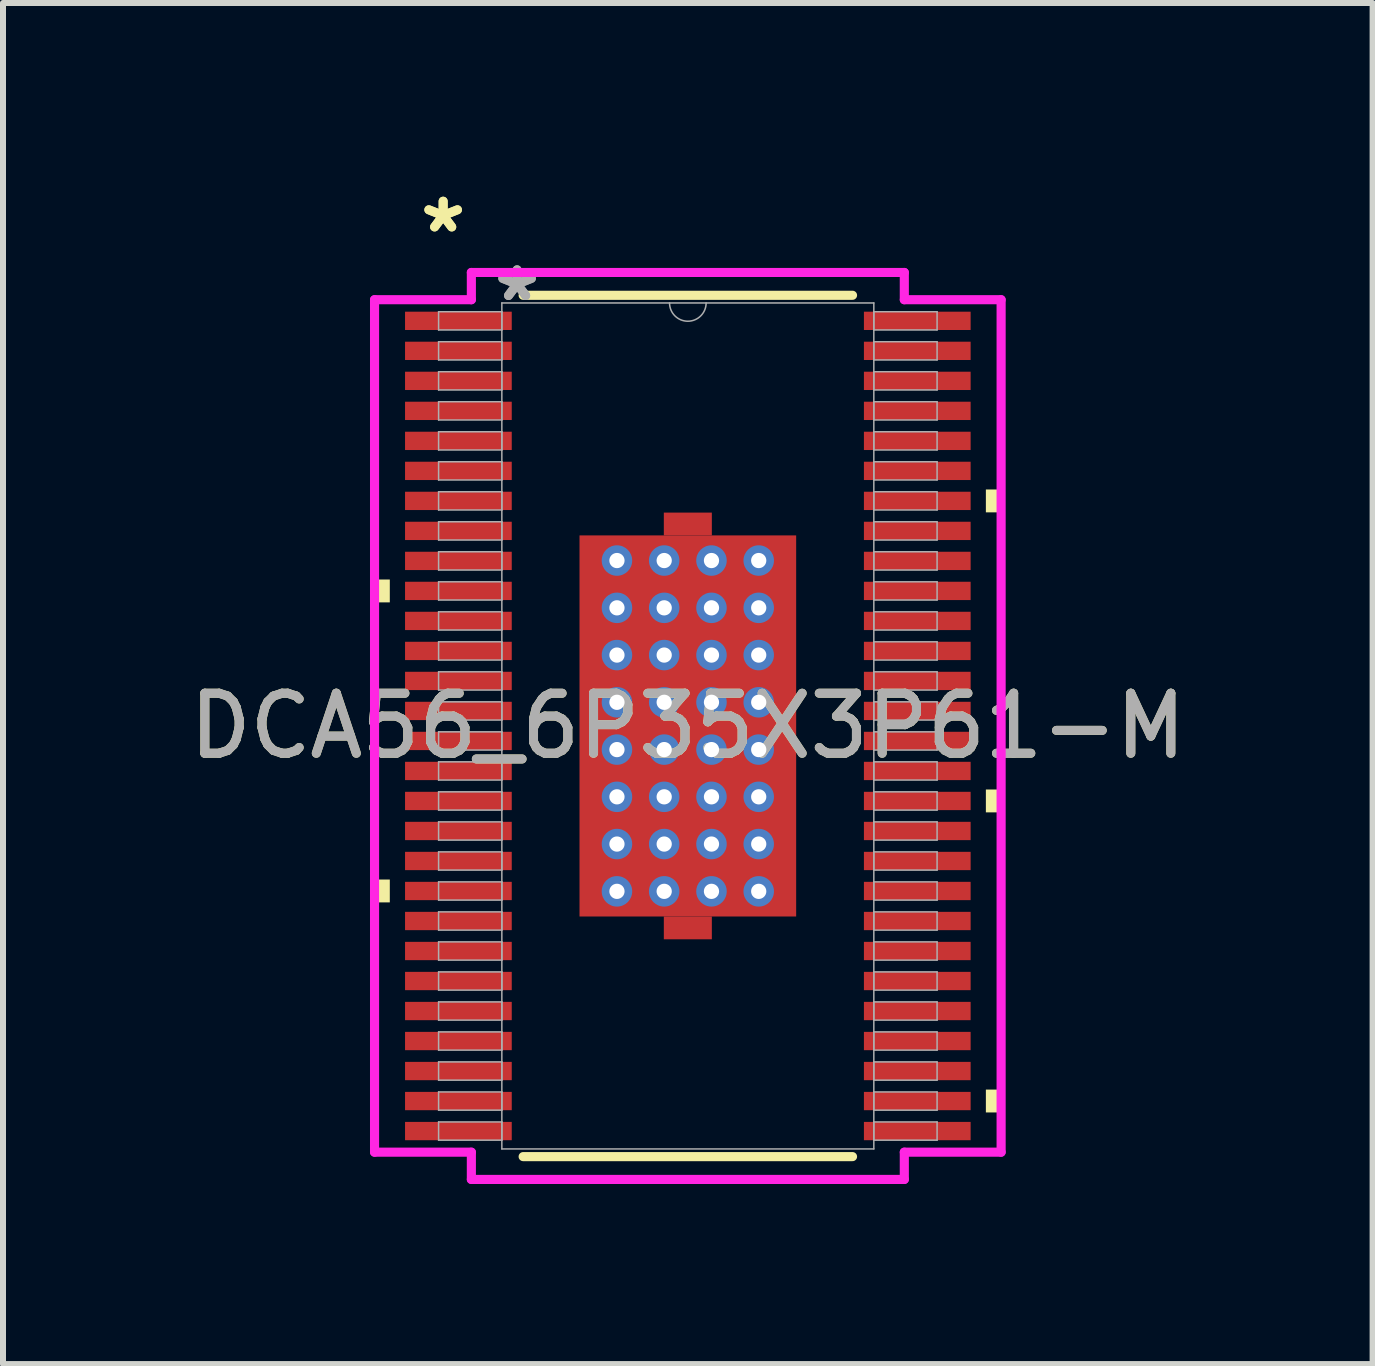
<source format=kicad_pcb>
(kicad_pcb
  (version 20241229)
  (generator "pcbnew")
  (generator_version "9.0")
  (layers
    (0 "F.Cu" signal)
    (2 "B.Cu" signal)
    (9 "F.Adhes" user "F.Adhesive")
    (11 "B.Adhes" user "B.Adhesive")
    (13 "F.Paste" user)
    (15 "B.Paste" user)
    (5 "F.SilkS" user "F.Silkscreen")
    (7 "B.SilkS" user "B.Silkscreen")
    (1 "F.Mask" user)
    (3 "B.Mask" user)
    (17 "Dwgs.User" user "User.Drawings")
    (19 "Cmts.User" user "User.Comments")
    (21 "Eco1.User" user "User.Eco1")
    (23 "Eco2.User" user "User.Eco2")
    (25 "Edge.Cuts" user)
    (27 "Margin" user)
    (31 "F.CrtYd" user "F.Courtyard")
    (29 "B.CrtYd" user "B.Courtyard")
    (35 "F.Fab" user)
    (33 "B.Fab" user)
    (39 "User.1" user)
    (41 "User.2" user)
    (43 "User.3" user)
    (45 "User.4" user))
  (footprint "DCA56_6P35X3P61-M"
    (layer "F.Cu")
    (at 8.411 9.046)
    (property "Reference" "DCA56_6P35X3P61-M" (at 0 0 0) (unlocked yes) (layer "F.SilkS") (effects (font (size 1 1) (thickness 0.15))))
    (attr smd)
    (fp_poly (pts (xy -0.4 -3.175) (xy -0.4 -3.555) (xy 0.4 -3.555) (xy 0.4 -3.175)) (stroke (width 0) (type solid)) (fill yes) (layer "F.Cu"))
    (fp_poly (pts (xy -0.4 3.175) (xy -0.4 3.555) (xy 0.4 3.555) (xy 0.4 3.175)) (stroke (width 0) (type solid)) (fill yes) (layer "F.Cu"))
    (fp_poly (pts (xy -1.869 -3.239) (xy -1.381 -3.239) (xy -1.381 3.239) (xy -1.869 3.239)) (stroke (width 0) (type solid)) (fill yes) (layer "F.Mask"))
    (fp_poly (pts (xy -1.869 -3.239) (xy 1.869 -3.239) (xy 1.869 -2.956) (xy -1.869 -2.956)) (stroke (width 0) (type solid)) (fill yes) (layer "F.Mask"))
    (fp_poly (pts (xy -1.869 -2.556) (xy 1.869 -2.556) (xy 1.869 -2.168) (xy -1.869 -2.168)) (stroke (width 0) (type solid)) (fill yes) (layer "F.Mask"))
    (fp_poly (pts (xy -1.869 -1.768) (xy 1.869 -1.768) (xy 1.869 -1.381) (xy -1.869 -1.381)) (stroke (width 0) (type solid)) (fill yes) (layer "F.Mask"))
    (fp_poly (pts (xy -1.869 -0.981) (xy 1.869 -0.981) (xy 1.869 -0.594) (xy -1.869 -0.594)) (stroke (width 0) (type solid)) (fill yes) (layer "F.Mask"))
    (fp_poly (pts (xy -1.869 -0.194) (xy 1.869 -0.194) (xy 1.869 0.194) (xy -1.869 0.194)) (stroke (width 0) (type solid)) (fill yes) (layer "F.Mask"))
    (fp_poly (pts (xy -1.869 0.594) (xy 1.869 0.594) (xy 1.869 0.981) (xy -1.869 0.981)) (stroke (width 0) (type solid)) (fill yes) (layer "F.Mask"))
    (fp_poly (pts (xy -1.869 1.381) (xy 1.869 1.381) (xy 1.869 1.768) (xy -1.869 1.768)) (stroke (width 0) (type solid)) (fill yes) (layer "F.Mask"))
    (fp_poly (pts (xy -1.869 2.168) (xy 1.869 2.168) (xy 1.869 2.556) (xy -1.869 2.556)) (stroke (width 0) (type solid)) (fill yes) (layer "F.Mask"))
    (fp_poly (pts (xy -1.869 2.956) (xy 1.869 2.956) (xy 1.869 3.239) (xy -1.869 3.239)) (stroke (width 0) (type solid)) (fill yes) (layer "F.Mask"))
    (fp_poly (pts (xy -0.594 -3.239) (xy -0.981 -3.239) (xy -0.981 3.239) (xy -0.594 3.239)) (stroke (width 0) (type solid)) (fill yes) (layer "F.Mask"))
    (fp_poly (pts (xy -0.4 -3.175) (xy -0.4 -3.555) (xy 0.4 -3.555) (xy 0.4 -3.175)) (stroke (width 0) (type solid)) (fill yes) (layer "F.Mask"))
    (fp_poly (pts (xy -0.4 3.175) (xy -0.4 3.555) (xy 0.4 3.555) (xy 0.4 3.175)) (stroke (width 0) (type solid)) (fill yes) (layer "F.Mask"))
    (fp_poly (pts (xy 0.194 -3.239) (xy -0.194 -3.239) (xy -0.194 3.239) (xy 0.194 3.239)) (stroke (width 0) (type solid)) (fill yes) (layer "F.Mask"))
    (fp_poly (pts (xy 0.981 -3.239) (xy 0.594 -3.239) (xy 0.594 3.239) (xy 0.981 3.239)) (stroke (width 0) (type solid)) (fill yes) (layer "F.Mask"))
    (fp_poly (pts (xy 1.381 -3.239) (xy 1.869 -3.239) (xy 1.869 3.239) (xy 1.381 3.239)) (stroke (width 0) (type solid)) (fill yes) (layer "F.Mask"))
    (fp_line (start -2.744 7.176) (end 2.744 7.176) (stroke (width 0.152) (type solid)) (layer "F.SilkS"))
    (fp_line (start 2.744 -7.176) (end -2.744 -7.176) (stroke (width 0.152) (type solid)) (layer "F.SilkS"))
    (fp_poly (pts (xy -5.22 -2.44) (xy -5.22 -2.059) (xy -4.966 -2.059) (xy -4.966 -2.44)) (stroke (width 0) (type solid)) (fill yes) (layer "F.SilkS"))
    (fp_poly (pts (xy -5.22 2.559) (xy -5.22 2.94) (xy -4.966 2.94) (xy -4.966 2.559)) (stroke (width 0) (type solid)) (fill yes) (layer "F.SilkS"))
    (fp_poly (pts (xy 5.22 -3.94) (xy 5.22 -3.559) (xy 4.966 -3.559) (xy 4.966 -3.94)) (stroke (width 0) (type solid)) (fill yes) (layer "F.SilkS"))
    (fp_poly (pts (xy 5.22 1.059) (xy 5.22 1.44) (xy 4.966 1.44) (xy 4.966 1.059)) (stroke (width 0) (type solid)) (fill yes) (layer "F.SilkS"))
    (fp_poly (pts (xy 5.22 6.059) (xy 5.22 6.44) (xy 4.966 6.44) (xy 4.966 6.059)) (stroke (width 0) (type solid)) (fill yes) (layer "F.SilkS"))
    (fp_poly (pts (xy -1.73 -3.1) (xy -1.73 -2.856) (xy -1.423 -2.856) (xy -1.281 -2.997) (xy -1.281 -3.1)) (stroke (width 0) (type solid)) (fill yes) (layer "F.Paste"))
    (fp_poly (pts (xy -1.73 2.856) (xy -1.73 3.1) (xy -1.281 3.1) (xy -1.281 2.997) (xy -1.423 2.856)) (stroke (width 0) (type solid)) (fill yes) (layer "F.Paste"))
    (fp_poly (pts (xy 1.281 -3.1) (xy 1.281 -2.997) (xy 1.423 -2.856) (xy 1.73 -2.856) (xy 1.73 -3.1)) (stroke (width 0) (type solid)) (fill yes) (layer "F.Paste"))
    (fp_poly (pts (xy 1.423 2.856) (xy 1.281 2.997) (xy 1.281 3.1) (xy 1.73 3.1) (xy 1.73 2.856)) (stroke (width 0) (type solid)) (fill yes) (layer "F.Paste"))
    (fp_poly (pts (xy -1.73 -2.656) (xy -1.73 -2.068) (xy -1.423 -2.068) (xy -1.281 -2.21) (xy -1.281 -2.514) (xy -1.423 -2.656)) (stroke (width 0) (type solid)) (fill yes) (layer "F.Paste"))
    (fp_poly (pts (xy -1.73 -1.869) (xy -1.73 -1.281) (xy -1.423 -1.281) (xy -1.281 -1.423) (xy -1.281 -1.727) (xy -1.423 -1.869)) (stroke (width 0) (type solid)) (fill yes) (layer "F.Paste"))
    (fp_poly (pts (xy -1.73 -1.081) (xy -1.73 -0.494) (xy -1.423 -0.494) (xy -1.281 -0.635) (xy -1.281 -0.94) (xy -1.423 -1.081)) (stroke (width 0) (type solid)) (fill yes) (layer "F.Paste"))
    (fp_poly (pts (xy -1.73 -0.294) (xy -1.73 0.294) (xy -1.423 0.294) (xy -1.281 0.152) (xy -1.281 -0.152) (xy -1.423 -0.294)) (stroke (width 0) (type solid)) (fill yes) (layer "F.Paste"))
    (fp_poly (pts (xy -1.73 0.494) (xy -1.73 1.081) (xy -1.423 1.081) (xy -1.281 0.94) (xy -1.281 0.635) (xy -1.423 0.494)) (stroke (width 0) (type solid)) (fill yes) (layer "F.Paste"))
    (fp_poly (pts (xy -1.73 1.281) (xy -1.73 1.869) (xy -1.423 1.869) (xy -1.281 1.727) (xy -1.281 1.423) (xy -1.423 1.281)) (stroke (width 0) (type solid)) (fill yes) (layer "F.Paste"))
    (fp_poly (pts (xy -1.73 2.068) (xy -1.73 2.656) (xy -1.423 2.656) (xy -1.281 2.514) (xy -1.281 2.21) (xy -1.423 2.068)) (stroke (width 0) (type solid)) (fill yes) (layer "F.Paste"))
    (fp_poly (pts (xy -1.081 -3.1) (xy -1.081 -2.997) (xy -0.94 -2.856) (xy -0.635 -2.856) (xy -0.494 -2.997) (xy -0.494 -3.1)) (stroke (width 0) (type solid)) (fill yes) (layer "F.Paste"))
    (fp_poly (pts (xy -0.94 2.856) (xy -1.081 2.997) (xy -1.081 3.1) (xy -0.494 3.1) (xy -0.494 2.997) (xy -0.635 2.856)) (stroke (width 0) (type solid)) (fill yes) (layer "F.Paste"))
    (fp_poly (pts (xy -0.294 -3.1) (xy -0.294 -2.997) (xy -0.152 -2.856) (xy 0.152 -2.856) (xy 0.294 -2.997) (xy 0.294 -3.1)) (stroke (width 0) (type solid)) (fill yes) (layer "F.Paste"))
    (fp_poly (pts (xy -0.152 2.856) (xy -0.294 2.997) (xy -0.294 3.1) (xy 0.294 3.1) (xy 0.294 2.997) (xy 0.152 2.856)) (stroke (width 0) (type solid)) (fill yes) (layer "F.Paste"))
    (fp_poly (pts (xy 0.494 -3.1) (xy 0.494 -2.997) (xy 0.635 -2.856) (xy 0.94 -2.856) (xy 1.081 -2.997) (xy 1.081 -3.1)) (stroke (width 0) (type solid)) (fill yes) (layer "F.Paste"))
    (fp_poly (pts (xy 0.635 2.856) (xy 0.494 2.997) (xy 0.494 3.1) (xy 1.081 3.1) (xy 1.081 2.997) (xy 0.94 2.856)) (stroke (width 0) (type solid)) (fill yes) (layer "F.Paste"))
    (fp_poly (pts (xy 1.423 -2.656) (xy 1.281 -2.514) (xy 1.281 -2.21) (xy 1.423 -2.068) (xy 1.73 -2.068) (xy 1.73 -2.656)) (stroke (width 0) (type solid)) (fill yes) (layer "F.Paste"))
    (fp_poly (pts (xy 1.423 -1.869) (xy 1.281 -1.727) (xy 1.281 -1.423) (xy 1.423 -1.281) (xy 1.73 -1.281) (xy 1.73 -1.869)) (stroke (width 0) (type solid)) (fill yes) (layer "F.Paste"))
    (fp_poly (pts (xy 1.423 -1.081) (xy 1.281 -0.94) (xy 1.281 -0.635) (xy 1.423 -0.494) (xy 1.73 -0.494) (xy 1.73 -1.081)) (stroke (width 0) (type solid)) (fill yes) (layer "F.Paste"))
    (fp_poly (pts (xy 1.423 -0.294) (xy 1.281 -0.152) (xy 1.281 0.152) (xy 1.423 0.294) (xy 1.73 0.294) (xy 1.73 -0.294)) (stroke (width 0) (type solid)) (fill yes) (layer "F.Paste"))
    (fp_poly (pts (xy 1.423 0.494) (xy 1.281 0.635) (xy 1.281 0.94) (xy 1.423 1.081) (xy 1.73 1.081) (xy 1.73 0.494)) (stroke (width 0) (type solid)) (fill yes) (layer "F.Paste"))
    (fp_poly (pts (xy 1.423 1.281) (xy 1.281 1.423) (xy 1.281 1.727) (xy 1.423 1.869) (xy 1.73 1.869) (xy 1.73 1.281)) (stroke (width 0) (type solid)) (fill yes) (layer "F.Paste"))
    (fp_poly (pts (xy 1.423 2.068) (xy 1.281 2.21) (xy 1.281 2.514) (xy 1.423 2.656) (xy 1.73 2.656) (xy 1.73 2.068)) (stroke (width 0) (type solid)) (fill yes) (layer "F.Paste"))
    (fp_poly (pts (xy -0.94 -2.656) (xy -1.081 -2.514) (xy -1.081 -2.21) (xy -0.94 -2.068) (xy -0.635 -2.068) (xy -0.494 -2.21) (xy -0.494 -2.514) (xy -0.635 -2.656)) (stroke (width 0) (type solid)) (fill yes) (layer "F.Paste"))
    (fp_poly (pts (xy -0.94 -1.869) (xy -1.081 -1.727) (xy -1.081 -1.423) (xy -0.94 -1.281) (xy -0.635 -1.281) (xy -0.494 -1.423) (xy -0.494 -1.727) (xy -0.635 -1.869)) (stroke (width 0) (type solid)) (fill yes) (layer "F.Paste"))
    (fp_poly (pts (xy -0.94 -1.081) (xy -1.081 -0.94) (xy -1.081 -0.635) (xy -0.94 -0.494) (xy -0.635 -0.494) (xy -0.494 -0.635) (xy -0.494 -0.94) (xy -0.635 -1.081)) (stroke (width 0) (type solid)) (fill yes) (layer "F.Paste"))
    (fp_poly (pts (xy -0.94 -0.294) (xy -1.081 -0.152) (xy -1.081 0.152) (xy -0.94 0.294) (xy -0.635 0.294) (xy -0.494 0.152) (xy -0.494 -0.152) (xy -0.635 -0.294)) (stroke (width 0) (type solid)) (fill yes) (layer "F.Paste"))
    (fp_poly (pts (xy -0.94 0.494) (xy -1.081 0.635) (xy -1.081 0.94) (xy -0.94 1.081) (xy -0.635 1.081) (xy -0.494 0.94) (xy -0.494 0.635) (xy -0.635 0.494)) (stroke (width 0) (type solid)) (fill yes) (layer "F.Paste"))
    (fp_poly (pts (xy -0.94 1.281) (xy -1.081 1.423) (xy -1.081 1.727) (xy -0.94 1.869) (xy -0.635 1.869) (xy -0.494 1.727) (xy -0.494 1.423) (xy -0.635 1.281)) (stroke (width 0) (type solid)) (fill yes) (layer "F.Paste"))
    (fp_poly (pts (xy -0.94 2.068) (xy -1.081 2.21) (xy -1.081 2.514) (xy -0.94 2.656) (xy -0.635 2.656) (xy -0.494 2.514) (xy -0.494 2.21) (xy -0.635 2.068)) (stroke (width 0) (type solid)) (fill yes) (layer "F.Paste"))
    (fp_poly (pts (xy -0.152 -2.656) (xy -0.294 -2.514) (xy -0.294 -2.21) (xy -0.152 -2.068) (xy 0.152 -2.068) (xy 0.294 -2.21) (xy 0.294 -2.514) (xy 0.152 -2.656)) (stroke (width 0) (type solid)) (fill yes) (layer "F.Paste"))
    (fp_poly (pts (xy -0.152 -1.869) (xy -0.294 -1.727) (xy -0.294 -1.423) (xy -0.152 -1.281) (xy 0.152 -1.281) (xy 0.294 -1.423) (xy 0.294 -1.727) (xy 0.152 -1.869)) (stroke (width 0) (type solid)) (fill yes) (layer "F.Paste"))
    (fp_poly (pts (xy -0.152 -1.081) (xy -0.294 -0.94) (xy -0.294 -0.635) (xy -0.152 -0.494) (xy 0.152 -0.494) (xy 0.294 -0.635) (xy 0.294 -0.94) (xy 0.152 -1.081)) (stroke (width 0) (type solid)) (fill yes) (layer "F.Paste"))
    (fp_poly (pts (xy -0.152 -0.294) (xy -0.294 -0.152) (xy -0.294 0.152) (xy -0.152 0.294) (xy 0.152 0.294) (xy 0.294 0.152) (xy 0.294 -0.152) (xy 0.152 -0.294)) (stroke (width 0) (type solid)) (fill yes) (layer "F.Paste"))
    (fp_poly (pts (xy -0.152 0.494) (xy -0.294 0.635) (xy -0.294 0.94) (xy -0.152 1.081) (xy 0.152 1.081) (xy 0.294 0.94) (xy 0.294 0.635) (xy 0.152 0.494)) (stroke (width 0) (type solid)) (fill yes) (layer "F.Paste"))
    (fp_poly (pts (xy -0.152 1.281) (xy -0.294 1.423) (xy -0.294 1.727) (xy -0.152 1.869) (xy 0.152 1.869) (xy 0.294 1.727) (xy 0.294 1.423) (xy 0.152 1.281)) (stroke (width 0) (type solid)) (fill yes) (layer "F.Paste"))
    (fp_poly (pts (xy -0.152 2.068) (xy -0.294 2.21) (xy -0.294 2.514) (xy -0.152 2.656) (xy 0.152 2.656) (xy 0.294 2.514) (xy 0.294 2.21) (xy 0.152 2.068)) (stroke (width 0) (type solid)) (fill yes) (layer "F.Paste"))
    (fp_poly (pts (xy 0.635 -2.656) (xy 0.494 -2.514) (xy 0.494 -2.21) (xy 0.635 -2.068) (xy 0.94 -2.068) (xy 1.081 -2.21) (xy 1.081 -2.514) (xy 0.94 -2.656)) (stroke (width 0) (type solid)) (fill yes) (layer "F.Paste"))
    (fp_poly (pts (xy 0.635 -1.869) (xy 0.494 -1.727) (xy 0.494 -1.423) (xy 0.635 -1.281) (xy 0.94 -1.281) (xy 1.081 -1.423) (xy 1.081 -1.727) (xy 0.94 -1.869)) (stroke (width 0) (type solid)) (fill yes) (layer "F.Paste"))
    (fp_poly (pts (xy 0.635 -1.081) (xy 0.494 -0.94) (xy 0.494 -0.635) (xy 0.635 -0.494) (xy 0.94 -0.494) (xy 1.081 -0.635) (xy 1.081 -0.94) (xy 0.94 -1.081)) (stroke (width 0) (type solid)) (fill yes) (layer "F.Paste"))
    (fp_poly (pts (xy 0.635 -0.294) (xy 0.494 -0.152) (xy 0.494 0.152) (xy 0.635 0.294) (xy 0.94 0.294) (xy 1.081 0.152) (xy 1.081 -0.152) (xy 0.94 -0.294)) (stroke (width 0) (type solid)) (fill yes) (layer "F.Paste"))
    (fp_poly (pts (xy 0.635 0.494) (xy 0.494 0.635) (xy 0.494 0.94) (xy 0.635 1.081) (xy 0.94 1.081) (xy 1.081 0.94) (xy 1.081 0.635) (xy 0.94 0.494)) (stroke (width 0) (type solid)) (fill yes) (layer "F.Paste"))
    (fp_poly (pts (xy 0.635 1.281) (xy 0.494 1.423) (xy 0.494 1.727) (xy 0.635 1.869) (xy 0.94 1.869) (xy 1.081 1.727) (xy 1.081 1.423) (xy 0.94 1.281)) (stroke (width 0) (type solid)) (fill yes) (layer "F.Paste"))
    (fp_poly (pts (xy 0.635 2.068) (xy 0.494 2.21) (xy 0.494 2.514) (xy 0.635 2.656) (xy 0.94 2.656) (xy 1.081 2.514) (xy 1.081 2.21) (xy 0.94 2.068)) (stroke (width 0) (type solid)) (fill yes) (layer "F.Paste"))
    (fp_line (start -5.22 -7.102) (end -3.607 -7.102) (stroke (width 0.152) (type solid)) (layer "F.CrtYd"))
    (fp_line (start -5.22 7.102) (end -5.22 -7.102) (stroke (width 0.152) (type solid)) (layer "F.CrtYd"))
    (fp_line (start -5.22 7.102) (end -3.607 7.102) (stroke (width 0.152) (type solid)) (layer "F.CrtYd"))
    (fp_line (start -3.607 -7.556) (end 3.607 -7.556) (stroke (width 0.152) (type solid)) (layer "F.CrtYd"))
    (fp_line (start -3.607 -7.102) (end -3.607 -7.556) (stroke (width 0.152) (type solid)) (layer "F.CrtYd"))
    (fp_line (start -3.607 7.556) (end -3.607 7.102) (stroke (width 0.152) (type solid)) (layer "F.CrtYd"))
    (fp_line (start 3.607 -7.556) (end 3.607 -7.102) (stroke (width 0.152) (type solid)) (layer "F.CrtYd"))
    (fp_line (start 3.607 7.102) (end 3.607 7.556) (stroke (width 0.152) (type solid)) (layer "F.CrtYd"))
    (fp_line (start 3.607 7.556) (end -3.607 7.556) (stroke (width 0.152) (type solid)) (layer "F.CrtYd"))
    (fp_line (start 5.22 -7.102) (end 3.607 -7.102) (stroke (width 0.152) (type solid)) (layer "F.CrtYd"))
    (fp_line (start 5.22 -7.102) (end 5.22 7.102) (stroke (width 0.152) (type solid)) (layer "F.CrtYd"))
    (fp_line (start 5.22 7.102) (end 3.607 7.102) (stroke (width 0.152) (type solid)) (layer "F.CrtYd"))
    (fp_line (start -4.153 -6.902) (end -4.153 -6.598) (stroke (width 0.025) (type solid)) (layer "F.Fab"))
    (fp_line (start -4.153 -6.598) (end -3.099 -6.598) (stroke (width 0.025) (type solid)) (layer "F.Fab"))
    (fp_line (start -4.153 -6.402) (end -4.153 -6.098) (stroke (width 0.025) (type solid)) (layer "F.Fab"))
    (fp_line (start -4.153 -6.098) (end -3.099 -6.098) (stroke (width 0.025) (type solid)) (layer "F.Fab"))
    (fp_line (start -4.153 -5.902) (end -4.153 -5.598) (stroke (width 0.025) (type solid)) (layer "F.Fab"))
    (fp_line (start -4.153 -5.598) (end -3.099 -5.598) (stroke (width 0.025) (type solid)) (layer "F.Fab"))
    (fp_line (start -4.153 -5.402) (end -4.153 -5.098) (stroke (width 0.025) (type solid)) (layer "F.Fab"))
    (fp_line (start -4.153 -5.098) (end -3.099 -5.098) (stroke (width 0.025) (type solid)) (layer "F.Fab"))
    (fp_line (start -4.153 -4.902) (end -4.153 -4.598) (stroke (width 0.025) (type solid)) (layer "F.Fab"))
    (fp_line (start -4.153 -4.598) (end -3.099 -4.598) (stroke (width 0.025) (type solid)) (layer "F.Fab"))
    (fp_line (start -4.153 -4.402) (end -4.153 -4.098) (stroke (width 0.025) (type solid)) (layer "F.Fab"))
    (fp_line (start -4.153 -4.098) (end -3.099 -4.098) (stroke (width 0.025) (type solid)) (layer "F.Fab"))
    (fp_line (start -4.153 -3.902) (end -4.153 -3.598) (stroke (width 0.025) (type solid)) (layer "F.Fab"))
    (fp_line (start -4.153 -3.598) (end -3.099 -3.598) (stroke (width 0.025) (type solid)) (layer "F.Fab"))
    (fp_line (start -4.153 -3.402) (end -4.153 -3.098) (stroke (width 0.025) (type solid)) (layer "F.Fab"))
    (fp_line (start -4.153 -3.098) (end -3.099 -3.098) (stroke (width 0.025) (type solid)) (layer "F.Fab"))
    (fp_line (start -4.153 -2.902) (end -4.153 -2.598) (stroke (width 0.025) (type solid)) (layer "F.Fab"))
    (fp_line (start -4.153 -2.598) (end -3.099 -2.598) (stroke (width 0.025) (type solid)) (layer "F.Fab"))
    (fp_line (start -4.153 -2.402) (end -4.153 -2.098) (stroke (width 0.025) (type solid)) (layer "F.Fab"))
    (fp_line (start -4.153 -2.098) (end -3.099 -2.098) (stroke (width 0.025) (type solid)) (layer "F.Fab"))
    (fp_line (start -4.153 -1.902) (end -4.153 -1.598) (stroke (width 0.025) (type solid)) (layer "F.Fab"))
    (fp_line (start -4.153 -1.598) (end -3.099 -1.598) (stroke (width 0.025) (type solid)) (layer "F.Fab"))
    (fp_line (start -4.153 -1.402) (end -4.153 -1.098) (stroke (width 0.025) (type solid)) (layer "F.Fab"))
    (fp_line (start -4.153 -1.098) (end -3.099 -1.098) (stroke (width 0.025) (type solid)) (layer "F.Fab"))
    (fp_line (start -4.153 -0.902) (end -4.153 -0.598) (stroke (width 0.025) (type solid)) (layer "F.Fab"))
    (fp_line (start -4.153 -0.598) (end -3.099 -0.598) (stroke (width 0.025) (type solid)) (layer "F.Fab"))
    (fp_line (start -4.153 -0.402) (end -4.153 -0.098) (stroke (width 0.025) (type solid)) (layer "F.Fab"))
    (fp_line (start -4.153 -0.098) (end -3.099 -0.098) (stroke (width 0.025) (type solid)) (layer "F.Fab"))
    (fp_line (start -4.153 0.098) (end -4.153 0.402) (stroke (width 0.025) (type solid)) (layer "F.Fab"))
    (fp_line (start -4.153 0.402) (end -3.099 0.402) (stroke (width 0.025) (type solid)) (layer "F.Fab"))
    (fp_line (start -4.153 0.598) (end -4.153 0.902) (stroke (width 0.025) (type solid)) (layer "F.Fab"))
    (fp_line (start -4.153 0.902) (end -3.099 0.902) (stroke (width 0.025) (type solid)) (layer "F.Fab"))
    (fp_line (start -4.153 1.098) (end -4.153 1.402) (stroke (width 0.025) (type solid)) (layer "F.Fab"))
    (fp_line (start -4.153 1.402) (end -3.099 1.402) (stroke (width 0.025) (type solid)) (layer "F.Fab"))
    (fp_line (start -4.153 1.598) (end -4.153 1.902) (stroke (width 0.025) (type solid)) (layer "F.Fab"))
    (fp_line (start -4.153 1.902) (end -3.099 1.902) (stroke (width 0.025) (type solid)) (layer "F.Fab"))
    (fp_line (start -4.153 2.098) (end -4.153 2.402) (stroke (width 0.025) (type solid)) (layer "F.Fab"))
    (fp_line (start -4.153 2.402) (end -3.099 2.402) (stroke (width 0.025) (type solid)) (layer "F.Fab"))
    (fp_line (start -4.153 2.598) (end -4.153 2.902) (stroke (width 0.025) (type solid)) (layer "F.Fab"))
    (fp_line (start -4.153 2.902) (end -3.099 2.902) (stroke (width 0.025) (type solid)) (layer "F.Fab"))
    (fp_line (start -4.153 3.098) (end -4.153 3.402) (stroke (width 0.025) (type solid)) (layer "F.Fab"))
    (fp_line (start -4.153 3.402) (end -3.099 3.402) (stroke (width 0.025) (type solid)) (layer "F.Fab"))
    (fp_line (start -4.153 3.598) (end -4.153 3.902) (stroke (width 0.025) (type solid)) (layer "F.Fab"))
    (fp_line (start -4.153 3.902) (end -3.099 3.902) (stroke (width 0.025) (type solid)) (layer "F.Fab"))
    (fp_line (start -4.153 4.098) (end -4.153 4.402) (stroke (width 0.025) (type solid)) (layer "F.Fab"))
    (fp_line (start -4.153 4.402) (end -3.099 4.402) (stroke (width 0.025) (type solid)) (layer "F.Fab"))
    (fp_line (start -4.153 4.598) (end -4.153 4.902) (stroke (width 0.025) (type solid)) (layer "F.Fab"))
    (fp_line (start -4.153 4.902) (end -3.099 4.902) (stroke (width 0.025) (type solid)) (layer "F.Fab"))
    (fp_line (start -4.153 5.098) (end -4.153 5.402) (stroke (width 0.025) (type solid)) (layer "F.Fab"))
    (fp_line (start -4.153 5.402) (end -3.099 5.402) (stroke (width 0.025) (type solid)) (layer "F.Fab"))
    (fp_line (start -4.153 5.598) (end -4.153 5.902) (stroke (width 0.025) (type solid)) (layer "F.Fab"))
    (fp_line (start -4.153 5.902) (end -3.099 5.902) (stroke (width 0.025) (type solid)) (layer "F.Fab"))
    (fp_line (start -4.153 6.098) (end -4.153 6.402) (stroke (width 0.025) (type solid)) (layer "F.Fab"))
    (fp_line (start -4.153 6.402) (end -3.099 6.402) (stroke (width 0.025) (type solid)) (layer "F.Fab"))
    (fp_line (start -4.153 6.598) (end -4.153 6.902) (stroke (width 0.025) (type solid)) (layer "F.Fab"))
    (fp_line (start -4.153 6.902) (end -3.099 6.902) (stroke (width 0.025) (type solid)) (layer "F.Fab"))
    (fp_line (start -3.099 -7.048) (end -3.099 7.048) (stroke (width 0.025) (type solid)) (layer "F.Fab"))
    (fp_line (start -3.099 -6.902) (end -4.153 -6.902) (stroke (width 0.025) (type solid)) (layer "F.Fab"))
    (fp_line (start -3.099 -6.598) (end -3.099 -6.902) (stroke (width 0.025) (type solid)) (layer "F.Fab"))
    (fp_line (start -3.099 -6.402) (end -4.153 -6.402) (stroke (width 0.025) (type solid)) (layer "F.Fab"))
    (fp_line (start -3.099 -6.098) (end -3.099 -6.402) (stroke (width 0.025) (type solid)) (layer "F.Fab"))
    (fp_line (start -3.099 -5.902) (end -4.153 -5.902) (stroke (width 0.025) (type solid)) (layer "F.Fab"))
    (fp_line (start -3.099 -5.598) (end -3.099 -5.902) (stroke (width 0.025) (type solid)) (layer "F.Fab"))
    (fp_line (start -3.099 -5.402) (end -4.153 -5.402) (stroke (width 0.025) (type solid)) (layer "F.Fab"))
    (fp_line (start -3.099 -5.098) (end -3.099 -5.402) (stroke (width 0.025) (type solid)) (layer "F.Fab"))
    (fp_line (start -3.099 -4.902) (end -4.153 -4.902) (stroke (width 0.025) (type solid)) (layer "F.Fab"))
    (fp_line (start -3.099 -4.598) (end -3.099 -4.902) (stroke (width 0.025) (type solid)) (layer "F.Fab"))
    (fp_line (start -3.099 -4.402) (end -4.153 -4.402) (stroke (width 0.025) (type solid)) (layer "F.Fab"))
    (fp_line (start -3.099 -4.098) (end -3.099 -4.402) (stroke (width 0.025) (type solid)) (layer "F.Fab"))
    (fp_line (start -3.099 -3.902) (end -4.153 -3.902) (stroke (width 0.025) (type solid)) (layer "F.Fab"))
    (fp_line (start -3.099 -3.598) (end -3.099 -3.902) (stroke (width 0.025) (type solid)) (layer "F.Fab"))
    (fp_line (start -3.099 -3.402) (end -4.153 -3.402) (stroke (width 0.025) (type solid)) (layer "F.Fab"))
    (fp_line (start -3.099 -3.098) (end -3.099 -3.402) (stroke (width 0.025) (type solid)) (layer "F.Fab"))
    (fp_line (start -3.099 -2.902) (end -4.153 -2.902) (stroke (width 0.025) (type solid)) (layer "F.Fab"))
    (fp_line (start -3.099 -2.598) (end -3.099 -2.902) (stroke (width 0.025) (type solid)) (layer "F.Fab"))
    (fp_line (start -3.099 -2.402) (end -4.153 -2.402) (stroke (width 0.025) (type solid)) (layer "F.Fab"))
    (fp_line (start -3.099 -2.098) (end -3.099 -2.402) (stroke (width 0.025) (type solid)) (layer "F.Fab"))
    (fp_line (start -3.099 -1.902) (end -4.153 -1.902) (stroke (width 0.025) (type solid)) (layer "F.Fab"))
    (fp_line (start -3.099 -1.598) (end -3.099 -1.902) (stroke (width 0.025) (type solid)) (layer "F.Fab"))
    (fp_line (start -3.099 -1.402) (end -4.153 -1.402) (stroke (width 0.025) (type solid)) (layer "F.Fab"))
    (fp_line (start -3.099 -1.098) (end -3.099 -1.402) (stroke (width 0.025) (type solid)) (layer "F.Fab"))
    (fp_line (start -3.099 -0.902) (end -4.153 -0.902) (stroke (width 0.025) (type solid)) (layer "F.Fab"))
    (fp_line (start -3.099 -0.598) (end -3.099 -0.902) (stroke (width 0.025) (type solid)) (layer "F.Fab"))
    (fp_line (start -3.099 -0.402) (end -4.153 -0.402) (stroke (width 0.025) (type solid)) (layer "F.Fab"))
    (fp_line (start -3.099 -0.098) (end -3.099 -0.402) (stroke (width 0.025) (type solid)) (layer "F.Fab"))
    (fp_line (start -3.099 0.098) (end -4.153 0.098) (stroke (width 0.025) (type solid)) (layer "F.Fab"))
    (fp_line (start -3.099 0.402) (end -3.099 0.098) (stroke (width 0.025) (type solid)) (layer "F.Fab"))
    (fp_line (start -3.099 0.598) (end -4.153 0.598) (stroke (width 0.025) (type solid)) (layer "F.Fab"))
    (fp_line (start -3.099 0.902) (end -3.099 0.598) (stroke (width 0.025) (type solid)) (layer "F.Fab"))
    (fp_line (start -3.099 1.098) (end -4.153 1.098) (stroke (width 0.025) (type solid)) (layer "F.Fab"))
    (fp_line (start -3.099 1.402) (end -3.099 1.098) (stroke (width 0.025) (type solid)) (layer "F.Fab"))
    (fp_line (start -3.099 1.598) (end -4.153 1.598) (stroke (width 0.025) (type solid)) (layer "F.Fab"))
    (fp_line (start -3.099 1.902) (end -3.099 1.598) (stroke (width 0.025) (type solid)) (layer "F.Fab"))
    (fp_line (start -3.099 2.098) (end -4.153 2.098) (stroke (width 0.025) (type solid)) (layer "F.Fab"))
    (fp_line (start -3.099 2.402) (end -3.099 2.098) (stroke (width 0.025) (type solid)) (layer "F.Fab"))
    (fp_line (start -3.099 2.598) (end -4.153 2.598) (stroke (width 0.025) (type solid)) (layer "F.Fab"))
    (fp_line (start -3.099 2.902) (end -3.099 2.598) (stroke (width 0.025) (type solid)) (layer "F.Fab"))
    (fp_line (start -3.099 3.098) (end -4.153 3.098) (stroke (width 0.025) (type solid)) (layer "F.Fab"))
    (fp_line (start -3.099 3.402) (end -3.099 3.098) (stroke (width 0.025) (type solid)) (layer "F.Fab"))
    (fp_line (start -3.099 3.598) (end -4.153 3.598) (stroke (width 0.025) (type solid)) (layer "F.Fab"))
    (fp_line (start -3.099 3.902) (end -3.099 3.598) (stroke (width 0.025) (type solid)) (layer "F.Fab"))
    (fp_line (start -3.099 4.098) (end -4.153 4.098) (stroke (width 0.025) (type solid)) (layer "F.Fab"))
    (fp_line (start -3.099 4.402) (end -3.099 4.098) (stroke (width 0.025) (type solid)) (layer "F.Fab"))
    (fp_line (start -3.099 4.598) (end -4.153 4.598) (stroke (width 0.025) (type solid)) (layer "F.Fab"))
    (fp_line (start -3.099 4.902) (end -3.099 4.598) (stroke (width 0.025) (type solid)) (layer "F.Fab"))
    (fp_line (start -3.099 5.098) (end -4.153 5.098) (stroke (width 0.025) (type solid)) (layer "F.Fab"))
    (fp_line (start -3.099 5.402) (end -3.099 5.098) (stroke (width 0.025) (type solid)) (layer "F.Fab"))
    (fp_line (start -3.099 5.598) (end -4.153 5.598) (stroke (width 0.025) (type solid)) (layer "F.Fab"))
    (fp_line (start -3.099 5.902) (end -3.099 5.598) (stroke (width 0.025) (type solid)) (layer "F.Fab"))
    (fp_line (start -3.099 6.098) (end -4.153 6.098) (stroke (width 0.025) (type solid)) (layer "F.Fab"))
    (fp_line (start -3.099 6.402) (end -3.099 6.098) (stroke (width 0.025) (type solid)) (layer "F.Fab"))
    (fp_line (start -3.099 6.598) (end -4.153 6.598) (stroke (width 0.025) (type solid)) (layer "F.Fab"))
    (fp_line (start -3.099 6.902) (end -3.099 6.598) (stroke (width 0.025) (type solid)) (layer "F.Fab"))
    (fp_line (start -3.099 7.048) (end 3.099 7.048) (stroke (width 0.025) (type solid)) (layer "F.Fab"))
    (fp_line (start 3.099 -7.048) (end -3.099 -7.048) (stroke (width 0.025) (type solid)) (layer "F.Fab"))
    (fp_line (start 3.099 -6.902) (end 3.099 -6.598) (stroke (width 0.025) (type solid)) (layer "F.Fab"))
    (fp_line (start 3.099 -6.598) (end 4.153 -6.598) (stroke (width 0.025) (type solid)) (layer "F.Fab"))
    (fp_line (start 3.099 -6.402) (end 3.099 -6.098) (stroke (width 0.025) (type solid)) (layer "F.Fab"))
    (fp_line (start 3.099 -6.098) (end 4.153 -6.098) (stroke (width 0.025) (type solid)) (layer "F.Fab"))
    (fp_line (start 3.099 -5.902) (end 3.099 -5.598) (stroke (width 0.025) (type solid)) (layer "F.Fab"))
    (fp_line (start 3.099 -5.598) (end 4.153 -5.598) (stroke (width 0.025) (type solid)) (layer "F.Fab"))
    (fp_line (start 3.099 -5.402) (end 3.099 -5.098) (stroke (width 0.025) (type solid)) (layer "F.Fab"))
    (fp_line (start 3.099 -5.098) (end 4.153 -5.098) (stroke (width 0.025) (type solid)) (layer "F.Fab"))
    (fp_line (start 3.099 -4.902) (end 3.099 -4.598) (stroke (width 0.025) (type solid)) (layer "F.Fab"))
    (fp_line (start 3.099 -4.598) (end 4.153 -4.598) (stroke (width 0.025) (type solid)) (layer "F.Fab"))
    (fp_line (start 3.099 -4.402) (end 3.099 -4.098) (stroke (width 0.025) (type solid)) (layer "F.Fab"))
    (fp_line (start 3.099 -4.098) (end 4.153 -4.098) (stroke (width 0.025) (type solid)) (layer "F.Fab"))
    (fp_line (start 3.099 -3.902) (end 3.099 -3.598) (stroke (width 0.025) (type solid)) (layer "F.Fab"))
    (fp_line (start 3.099 -3.598) (end 4.153 -3.598) (stroke (width 0.025) (type solid)) (layer "F.Fab"))
    (fp_line (start 3.099 -3.402) (end 3.099 -3.098) (stroke (width 0.025) (type solid)) (layer "F.Fab"))
    (fp_line (start 3.099 -3.098) (end 4.153 -3.098) (stroke (width 0.025) (type solid)) (layer "F.Fab"))
    (fp_line (start 3.099 -2.902) (end 3.099 -2.598) (stroke (width 0.025) (type solid)) (layer "F.Fab"))
    (fp_line (start 3.099 -2.598) (end 4.153 -2.598) (stroke (width 0.025) (type solid)) (layer "F.Fab"))
    (fp_line (start 3.099 -2.402) (end 3.099 -2.098) (stroke (width 0.025) (type solid)) (layer "F.Fab"))
    (fp_line (start 3.099 -2.098) (end 4.153 -2.098) (stroke (width 0.025) (type solid)) (layer "F.Fab"))
    (fp_line (start 3.099 -1.902) (end 3.099 -1.598) (stroke (width 0.025) (type solid)) (layer "F.Fab"))
    (fp_line (start 3.099 -1.598) (end 4.153 -1.598) (stroke (width 0.025) (type solid)) (layer "F.Fab"))
    (fp_line (start 3.099 -1.402) (end 3.099 -1.098) (stroke (width 0.025) (type solid)) (layer "F.Fab"))
    (fp_line (start 3.099 -1.098) (end 4.153 -1.098) (stroke (width 0.025) (type solid)) (layer "F.Fab"))
    (fp_line (start 3.099 -0.902) (end 3.099 -0.598) (stroke (width 0.025) (type solid)) (layer "F.Fab"))
    (fp_line (start 3.099 -0.598) (end 4.153 -0.598) (stroke (width 0.025) (type solid)) (layer "F.Fab"))
    (fp_line (start 3.099 -0.402) (end 3.099 -0.098) (stroke (width 0.025) (type solid)) (layer "F.Fab"))
    (fp_line (start 3.099 -0.098) (end 4.153 -0.098) (stroke (width 0.025) (type solid)) (layer "F.Fab"))
    (fp_line (start 3.099 0.098) (end 3.099 0.402) (stroke (width 0.025) (type solid)) (layer "F.Fab"))
    (fp_line (start 3.099 0.402) (end 4.153 0.402) (stroke (width 0.025) (type solid)) (layer "F.Fab"))
    (fp_line (start 3.099 0.598) (end 3.099 0.902) (stroke (width 0.025) (type solid)) (layer "F.Fab"))
    (fp_line (start 3.099 0.902) (end 4.153 0.902) (stroke (width 0.025) (type solid)) (layer "F.Fab"))
    (fp_line (start 3.099 1.098) (end 3.099 1.402) (stroke (width 0.025) (type solid)) (layer "F.Fab"))
    (fp_line (start 3.099 1.402) (end 4.153 1.402) (stroke (width 0.025) (type solid)) (layer "F.Fab"))
    (fp_line (start 3.099 1.598) (end 3.099 1.902) (stroke (width 0.025) (type solid)) (layer "F.Fab"))
    (fp_line (start 3.099 1.902) (end 4.153 1.902) (stroke (width 0.025) (type solid)) (layer "F.Fab"))
    (fp_line (start 3.099 2.098) (end 3.099 2.402) (stroke (width 0.025) (type solid)) (layer "F.Fab"))
    (fp_line (start 3.099 2.402) (end 4.153 2.402) (stroke (width 0.025) (type solid)) (layer "F.Fab"))
    (fp_line (start 3.099 2.598) (end 3.099 2.902) (stroke (width 0.025) (type solid)) (layer "F.Fab"))
    (fp_line (start 3.099 2.902) (end 4.153 2.902) (stroke (width 0.025) (type solid)) (layer "F.Fab"))
    (fp_line (start 3.099 3.098) (end 3.099 3.402) (stroke (width 0.025) (type solid)) (layer "F.Fab"))
    (fp_line (start 3.099 3.402) (end 4.153 3.402) (stroke (width 0.025) (type solid)) (layer "F.Fab"))
    (fp_line (start 3.099 3.598) (end 3.099 3.902) (stroke (width 0.025) (type solid)) (layer "F.Fab"))
    (fp_line (start 3.099 3.902) (end 4.153 3.902) (stroke (width 0.025) (type solid)) (layer "F.Fab"))
    (fp_line (start 3.099 4.098) (end 3.099 4.402) (stroke (width 0.025) (type solid)) (layer "F.Fab"))
    (fp_line (start 3.099 4.402) (end 4.153 4.402) (stroke (width 0.025) (type solid)) (layer "F.Fab"))
    (fp_line (start 3.099 4.598) (end 3.099 4.902) (stroke (width 0.025) (type solid)) (layer "F.Fab"))
    (fp_line (start 3.099 4.902) (end 4.153 4.902) (stroke (width 0.025) (type solid)) (layer "F.Fab"))
    (fp_line (start 3.099 5.098) (end 3.099 5.402) (stroke (width 0.025) (type solid)) (layer "F.Fab"))
    (fp_line (start 3.099 5.402) (end 4.153 5.402) (stroke (width 0.025) (type solid)) (layer "F.Fab"))
    (fp_line (start 3.099 5.598) (end 3.099 5.902) (stroke (width 0.025) (type solid)) (layer "F.Fab"))
    (fp_line (start 3.099 5.902) (end 4.153 5.902) (stroke (width 0.025) (type solid)) (layer "F.Fab"))
    (fp_line (start 3.099 6.098) (end 3.099 6.402) (stroke (width 0.025) (type solid)) (layer "F.Fab"))
    (fp_line (start 3.099 6.402) (end 4.153 6.402) (stroke (width 0.025) (type solid)) (layer "F.Fab"))
    (fp_line (start 3.099 6.598) (end 3.099 6.902) (stroke (width 0.025) (type solid)) (layer "F.Fab"))
    (fp_line (start 3.099 6.902) (end 4.153 6.902) (stroke (width 0.025) (type solid)) (layer "F.Fab"))
    (fp_line (start 3.099 7.048) (end 3.099 -7.048) (stroke (width 0.025) (type solid)) (layer "F.Fab"))
    (fp_line (start 4.153 -6.902) (end 3.099 -6.902) (stroke (width 0.025) (type solid)) (layer "F.Fab"))
    (fp_line (start 4.153 -6.598) (end 4.153 -6.902) (stroke (width 0.025) (type solid)) (layer "F.Fab"))
    (fp_line (start 4.153 -6.402) (end 3.099 -6.402) (stroke (width 0.025) (type solid)) (layer "F.Fab"))
    (fp_line (start 4.153 -6.098) (end 4.153 -6.402) (stroke (width 0.025) (type solid)) (layer "F.Fab"))
    (fp_line (start 4.153 -5.902) (end 3.099 -5.902) (stroke (width 0.025) (type solid)) (layer "F.Fab"))
    (fp_line (start 4.153 -5.598) (end 4.153 -5.902) (stroke (width 0.025) (type solid)) (layer "F.Fab"))
    (fp_line (start 4.153 -5.402) (end 3.099 -5.402) (stroke (width 0.025) (type solid)) (layer "F.Fab"))
    (fp_line (start 4.153 -5.098) (end 4.153 -5.402) (stroke (width 0.025) (type solid)) (layer "F.Fab"))
    (fp_line (start 4.153 -4.902) (end 3.099 -4.902) (stroke (width 0.025) (type solid)) (layer "F.Fab"))
    (fp_line (start 4.153 -4.598) (end 4.153 -4.902) (stroke (width 0.025) (type solid)) (layer "F.Fab"))
    (fp_line (start 4.153 -4.402) (end 3.099 -4.402) (stroke (width 0.025) (type solid)) (layer "F.Fab"))
    (fp_line (start 4.153 -4.098) (end 4.153 -4.402) (stroke (width 0.025) (type solid)) (layer "F.Fab"))
    (fp_line (start 4.153 -3.902) (end 3.099 -3.902) (stroke (width 0.025) (type solid)) (layer "F.Fab"))
    (fp_line (start 4.153 -3.598) (end 4.153 -3.902) (stroke (width 0.025) (type solid)) (layer "F.Fab"))
    (fp_line (start 4.153 -3.402) (end 3.099 -3.402) (stroke (width 0.025) (type solid)) (layer "F.Fab"))
    (fp_line (start 4.153 -3.098) (end 4.153 -3.402) (stroke (width 0.025) (type solid)) (layer "F.Fab"))
    (fp_line (start 4.153 -2.902) (end 3.099 -2.902) (stroke (width 0.025) (type solid)) (layer "F.Fab"))
    (fp_line (start 4.153 -2.598) (end 4.153 -2.902) (stroke (width 0.025) (type solid)) (layer "F.Fab"))
    (fp_line (start 4.153 -2.402) (end 3.099 -2.402) (stroke (width 0.025) (type solid)) (layer "F.Fab"))
    (fp_line (start 4.153 -2.098) (end 4.153 -2.402) (stroke (width 0.025) (type solid)) (layer "F.Fab"))
    (fp_line (start 4.153 -1.902) (end 3.099 -1.902) (stroke (width 0.025) (type solid)) (layer "F.Fab"))
    (fp_line (start 4.153 -1.598) (end 4.153 -1.902) (stroke (width 0.025) (type solid)) (layer "F.Fab"))
    (fp_line (start 4.153 -1.402) (end 3.099 -1.402) (stroke (width 0.025) (type solid)) (layer "F.Fab"))
    (fp_line (start 4.153 -1.098) (end 4.153 -1.402) (stroke (width 0.025) (type solid)) (layer "F.Fab"))
    (fp_line (start 4.153 -0.902) (end 3.099 -0.902) (stroke (width 0.025) (type solid)) (layer "F.Fab"))
    (fp_line (start 4.153 -0.598) (end 4.153 -0.902) (stroke (width 0.025) (type solid)) (layer "F.Fab"))
    (fp_line (start 4.153 -0.402) (end 3.099 -0.402) (stroke (width 0.025) (type solid)) (layer "F.Fab"))
    (fp_line (start 4.153 -0.098) (end 4.153 -0.402) (stroke (width 0.025) (type solid)) (layer "F.Fab"))
    (fp_line (start 4.153 0.098) (end 3.099 0.098) (stroke (width 0.025) (type solid)) (layer "F.Fab"))
    (fp_line (start 4.153 0.402) (end 4.153 0.098) (stroke (width 0.025) (type solid)) (layer "F.Fab"))
    (fp_line (start 4.153 0.598) (end 3.099 0.598) (stroke (width 0.025) (type solid)) (layer "F.Fab"))
    (fp_line (start 4.153 0.902) (end 4.153 0.598) (stroke (width 0.025) (type solid)) (layer "F.Fab"))
    (fp_line (start 4.153 1.098) (end 3.099 1.098) (stroke (width 0.025) (type solid)) (layer "F.Fab"))
    (fp_line (start 4.153 1.402) (end 4.153 1.098) (stroke (width 0.025) (type solid)) (layer "F.Fab"))
    (fp_line (start 4.153 1.598) (end 3.099 1.598) (stroke (width 0.025) (type solid)) (layer "F.Fab"))
    (fp_line (start 4.153 1.902) (end 4.153 1.598) (stroke (width 0.025) (type solid)) (layer "F.Fab"))
    (fp_line (start 4.153 2.098) (end 3.099 2.098) (stroke (width 0.025) (type solid)) (layer "F.Fab"))
    (fp_line (start 4.153 2.402) (end 4.153 2.098) (stroke (width 0.025) (type solid)) (layer "F.Fab"))
    (fp_line (start 4.153 2.598) (end 3.099 2.598) (stroke (width 0.025) (type solid)) (layer "F.Fab"))
    (fp_line (start 4.153 2.902) (end 4.153 2.598) (stroke (width 0.025) (type solid)) (layer "F.Fab"))
    (fp_line (start 4.153 3.098) (end 3.099 3.098) (stroke (width 0.025) (type solid)) (layer "F.Fab"))
    (fp_line (start 4.153 3.402) (end 4.153 3.098) (stroke (width 0.025) (type solid)) (layer "F.Fab"))
    (fp_line (start 4.153 3.598) (end 3.099 3.598) (stroke (width 0.025) (type solid)) (layer "F.Fab"))
    (fp_line (start 4.153 3.902) (end 4.153 3.598) (stroke (width 0.025) (type solid)) (layer "F.Fab"))
    (fp_line (start 4.153 4.098) (end 3.099 4.098) (stroke (width 0.025) (type solid)) (layer "F.Fab"))
    (fp_line (start 4.153 4.402) (end 4.153 4.098) (stroke (width 0.025) (type solid)) (layer "F.Fab"))
    (fp_line (start 4.153 4.598) (end 3.099 4.598) (stroke (width 0.025) (type solid)) (layer "F.Fab"))
    (fp_line (start 4.153 4.902) (end 4.153 4.598) (stroke (width 0.025) (type solid)) (layer "F.Fab"))
    (fp_line (start 4.153 5.098) (end 3.099 5.098) (stroke (width 0.025) (type solid)) (layer "F.Fab"))
    (fp_line (start 4.153 5.402) (end 4.153 5.098) (stroke (width 0.025) (type solid)) (layer "F.Fab"))
    (fp_line (start 4.153 5.598) (end 3.099 5.598) (stroke (width 0.025) (type solid)) (layer "F.Fab"))
    (fp_line (start 4.153 5.902) (end 4.153 5.598) (stroke (width 0.025) (type solid)) (layer "F.Fab"))
    (fp_line (start 4.153 6.098) (end 3.099 6.098) (stroke (width 0.025) (type solid)) (layer "F.Fab"))
    (fp_line (start 4.153 6.402) (end 4.153 6.098) (stroke (width 0.025) (type solid)) (layer "F.Fab"))
    (fp_line (start 4.153 6.598) (end 3.099 6.598) (stroke (width 0.025) (type solid)) (layer "F.Fab"))
    (fp_line (start 4.153 6.902) (end 4.153 6.598) (stroke (width 0.025) (type solid)) (layer "F.Fab"))
    (fp_arc (start 0.3048 -7.0485) (mid 0 -6.7437) (end -0.3048 -7.0485) (stroke (width 0.0254) (type solid)) (layer "F.Fab"))
    (fp_text user "*" (at -4.077 -8.198 0) (layer "F.SilkS") (effects (font (size 1 1) (thickness 0.15))))
    (fp_text user "*" (at -4.077 -8.198 0) (unlocked yes) (layer "F.SilkS") (effects (font (size 1 1) (thickness 0.15))))
    (fp_text user "${REFERENCE}" (at 0 0 0) (unlocked yes) (layer "F.Fab") (effects (font (size 1 1) (thickness 0.15))))
    (fp_text user "*" (at -2.845 -7.055 0) (unlocked yes) (layer "F.Fab") (effects (font (size 1 1) (thickness 0.15))))
    (fp_text user "*" (at -2.845 -7.055 0) (layer "F.Fab") (effects (font (size 1 1) (thickness 0.15))))
    (pad "1" smd rect (at -3.823 -6.75) (size 1.778 0.305) (layers "F.Cu" "F.Mask" "F.Paste"))
    (pad "2" smd rect (at -3.823 -6.25) (size 1.778 0.305) (layers "F.Cu" "F.Mask" "F.Paste"))
    (pad "3" smd rect (at -3.823 -5.75) (size 1.778 0.305) (layers "F.Cu" "F.Mask" "F.Paste"))
    (pad "4" smd rect (at -3.823 -5.25) (size 1.778 0.305) (layers "F.Cu" "F.Mask" "F.Paste"))
    (pad "5" smd rect (at -3.823 -4.75) (size 1.778 0.305) (layers "F.Cu" "F.Mask" "F.Paste"))
    (pad "6" smd rect (at -3.823 -4.25) (size 1.778 0.305) (layers "F.Cu" "F.Mask" "F.Paste"))
    (pad "7" smd rect (at -3.823 -3.75) (size 1.778 0.305) (layers "F.Cu" "F.Mask" "F.Paste"))
    (pad "8" smd rect (at -3.823 -3.25) (size 1.778 0.305) (layers "F.Cu" "F.Mask" "F.Paste"))
    (pad "9" smd rect (at -3.823 -2.75) (size 1.778 0.305) (layers "F.Cu" "F.Mask" "F.Paste"))
    (pad "10" smd rect (at -3.823 -2.25) (size 1.778 0.305) (layers "F.Cu" "F.Mask" "F.Paste"))
    (pad "11" smd rect (at -3.823 -1.75) (size 1.778 0.305) (layers "F.Cu" "F.Mask" "F.Paste"))
    (pad "12" smd rect (at -3.823 -1.25) (size 1.778 0.305) (layers "F.Cu" "F.Mask" "F.Paste"))
    (pad "13" smd rect (at -3.823 -0.75) (size 1.778 0.305) (layers "F.Cu" "F.Mask" "F.Paste"))
    (pad "14" smd rect (at -3.823 -0.25) (size 1.778 0.305) (layers "F.Cu" "F.Mask" "F.Paste"))
    (pad "15" smd rect (at -3.823 0.25) (size 1.778 0.305) (layers "F.Cu" "F.Mask" "F.Paste"))
    (pad "16" smd rect (at -3.823 0.75) (size 1.778 0.305) (layers "F.Cu" "F.Mask" "F.Paste"))
    (pad "17" smd rect (at -3.823 1.25) (size 1.778 0.305) (layers "F.Cu" "F.Mask" "F.Paste"))
    (pad "18" smd rect (at -3.823 1.75) (size 1.778 0.305) (layers "F.Cu" "F.Mask" "F.Paste"))
    (pad "19" smd rect (at -3.823 2.25) (size 1.778 0.305) (layers "F.Cu" "F.Mask" "F.Paste"))
    (pad "20" smd rect (at -3.823 2.75) (size 1.778 0.305) (layers "F.Cu" "F.Mask" "F.Paste"))
    (pad "21" smd rect (at -3.823 3.25) (size 1.778 0.305) (layers "F.Cu" "F.Mask" "F.Paste"))
    (pad "22" smd rect (at -3.823 3.75) (size 1.778 0.305) (layers "F.Cu" "F.Mask" "F.Paste"))
    (pad "23" smd rect (at -3.823 4.25) (size 1.778 0.305) (layers "F.Cu" "F.Mask" "F.Paste"))
    (pad "24" smd rect (at -3.823 4.75) (size 1.778 0.305) (layers "F.Cu" "F.Mask" "F.Paste"))
    (pad "25" smd rect (at -3.823 5.25) (size 1.778 0.305) (layers "F.Cu" "F.Mask" "F.Paste"))
    (pad "26" smd rect (at -3.823 5.75) (size 1.778 0.305) (layers "F.Cu" "F.Mask" "F.Paste"))
    (pad "27" smd rect (at -3.823 6.25) (size 1.778 0.305) (layers "F.Cu" "F.Mask" "F.Paste"))
    (pad "28" smd rect (at -3.823 6.75) (size 1.778 0.305) (layers "F.Cu" "F.Mask" "F.Paste"))
    (pad "29" smd rect (at 3.823 6.75) (size 1.778 0.305) (layers "F.Cu" "F.Mask" "F.Paste"))
    (pad "30" smd rect (at 3.823 6.25) (size 1.778 0.305) (layers "F.Cu" "F.Mask" "F.Paste"))
    (pad "31" smd rect (at 3.823 5.75) (size 1.778 0.305) (layers "F.Cu" "F.Mask" "F.Paste"))
    (pad "32" smd rect (at 3.823 5.25) (size 1.778 0.305) (layers "F.Cu" "F.Mask" "F.Paste"))
    (pad "33" smd rect (at 3.823 4.75) (size 1.778 0.305) (layers "F.Cu" "F.Mask" "F.Paste"))
    (pad "34" smd rect (at 3.823 4.25) (size 1.778 0.305) (layers "F.Cu" "F.Mask" "F.Paste"))
    (pad "35" smd rect (at 3.823 3.75) (size 1.778 0.305) (layers "F.Cu" "F.Mask" "F.Paste"))
    (pad "36" smd rect (at 3.823 3.25) (size 1.778 0.305) (layers "F.Cu" "F.Mask" "F.Paste"))
    (pad "37" smd rect (at 3.823 2.75) (size 1.778 0.305) (layers "F.Cu" "F.Mask" "F.Paste"))
    (pad "38" smd rect (at 3.823 2.25) (size 1.778 0.305) (layers "F.Cu" "F.Mask" "F.Paste"))
    (pad "39" smd rect (at 3.823 1.75) (size 1.778 0.305) (layers "F.Cu" "F.Mask" "F.Paste"))
    (pad "40" smd rect (at 3.823 1.25) (size 1.778 0.305) (layers "F.Cu" "F.Mask" "F.Paste"))
    (pad "41" smd rect (at 3.823 0.75) (size 1.778 0.305) (layers "F.Cu" "F.Mask" "F.Paste"))
    (pad "42" smd rect (at 3.823 0.25) (size 1.778 0.305) (layers "F.Cu" "F.Mask" "F.Paste"))
    (pad "43" smd rect (at 3.823 -0.25) (size 1.778 0.305) (layers "F.Cu" "F.Mask" "F.Paste"))
    (pad "44" smd rect (at 3.823 -0.75) (size 1.778 0.305) (layers "F.Cu" "F.Mask" "F.Paste"))
    (pad "45" smd rect (at 3.823 -1.25) (size 1.778 0.305) (layers "F.Cu" "F.Mask" "F.Paste"))
    (pad "46" smd rect (at 3.823 -1.75) (size 1.778 0.305) (layers "F.Cu" "F.Mask" "F.Paste"))
    (pad "47" smd rect (at 3.823 -2.25) (size 1.778 0.305) (layers "F.Cu" "F.Mask" "F.Paste"))
    (pad "48" smd rect (at 3.823 -2.75) (size 1.778 0.305) (layers "F.Cu" "F.Mask" "F.Paste"))
    (pad "49" smd rect (at 3.823 -3.25) (size 1.778 0.305) (layers "F.Cu" "F.Mask" "F.Paste"))
    (pad "50" smd rect (at 3.823 -3.75) (size 1.778 0.305) (layers "F.Cu" "F.Mask" "F.Paste"))
    (pad "51" smd rect (at 3.823 -4.25) (size 1.778 0.305) (layers "F.Cu" "F.Mask" "F.Paste"))
    (pad "52" smd rect (at 3.823 -4.75) (size 1.778 0.305) (layers "F.Cu" "F.Mask" "F.Paste"))
    (pad "53" smd rect (at 3.823 -5.25) (size 1.778 0.305) (layers "F.Cu" "F.Mask" "F.Paste"))
    (pad "54" smd rect (at 3.823 -5.75) (size 1.778 0.305) (layers "F.Cu" "F.Mask" "F.Paste"))
    (pad "55" smd rect (at 3.823 -6.25) (size 1.778 0.305) (layers "F.Cu" "F.Mask" "F.Paste"))
    (pad "56" smd rect (at 3.823 -6.75) (size 1.778 0.305) (layers "F.Cu" "F.Mask" "F.Paste"))
    (pad "57" smd rect (at 0 0) (size 3.61 6.35) (layers "F.Cu"))
    (pad "V" thru_hole circle (at -1.181 -2.756) (size 0.508 0.508) (drill 0.254) (layers "*.Cu" "*.Mask"))
    (pad "V" thru_hole circle (at -1.181 -1.968) (size 0.508 0.508) (drill 0.254) (layers "*.Cu" "*.Mask"))
    (pad "V" thru_hole circle (at -1.181 -1.181) (size 0.508 0.508) (drill 0.254) (layers "*.Cu" "*.Mask"))
    (pad "V" thru_hole circle (at -1.181 -0.394) (size 0.508 0.508) (drill 0.254) (layers "*.Cu" "*.Mask"))
    (pad "V" thru_hole circle (at -1.181 0.394) (size 0.508 0.508) (drill 0.254) (layers "*.Cu" "*.Mask"))
    (pad "V" thru_hole circle (at -1.181 1.181) (size 0.508 0.508) (drill 0.254) (layers "*.Cu" "*.Mask"))
    (pad "V" thru_hole circle (at -1.181 1.968) (size 0.508 0.508) (drill 0.254) (layers "*.Cu" "*.Mask"))
    (pad "V" thru_hole circle (at -1.181 2.756) (size 0.508 0.508) (drill 0.254) (layers "*.Cu" "*.Mask"))
    (pad "V" thru_hole circle (at -0.394 -2.756) (size 0.508 0.508) (drill 0.254) (layers "*.Cu" "*.Mask"))
    (pad "V" thru_hole circle (at -0.394 -1.968) (size 0.508 0.508) (drill 0.254) (layers "*.Cu" "*.Mask"))
    (pad "V" thru_hole circle (at -0.394 -1.181) (size 0.508 0.508) (drill 0.254) (layers "*.Cu" "*.Mask"))
    (pad "V" thru_hole circle (at -0.394 -0.394) (size 0.508 0.508) (drill 0.254) (layers "*.Cu" "*.Mask"))
    (pad "V" thru_hole circle (at -0.394 0.394) (size 0.508 0.508) (drill 0.254) (layers "*.Cu" "*.Mask"))
    (pad "V" thru_hole circle (at -0.394 1.181) (size 0.508 0.508) (drill 0.254) (layers "*.Cu" "*.Mask"))
    (pad "V" thru_hole circle (at -0.394 1.968) (size 0.508 0.508) (drill 0.254) (layers "*.Cu" "*.Mask"))
    (pad "V" thru_hole circle (at -0.394 2.756) (size 0.508 0.508) (drill 0.254) (layers "*.Cu" "*.Mask"))
    (pad "V" thru_hole circle (at 0.394 -2.756) (size 0.508 0.508) (drill 0.254) (layers "*.Cu" "*.Mask"))
    (pad "V" thru_hole circle (at 0.394 -1.968) (size 0.508 0.508) (drill 0.254) (layers "*.Cu" "*.Mask"))
    (pad "V" thru_hole circle (at 0.394 -1.181) (size 0.508 0.508) (drill 0.254) (layers "*.Cu" "*.Mask"))
    (pad "V" thru_hole circle (at 0.394 -0.394) (size 0.508 0.508) (drill 0.254) (layers "*.Cu" "*.Mask"))
    (pad "V" thru_hole circle (at 0.394 0.394) (size 0.508 0.508) (drill 0.254) (layers "*.Cu" "*.Mask"))
    (pad "V" thru_hole circle (at 0.394 1.181) (size 0.508 0.508) (drill 0.254) (layers "*.Cu" "*.Mask"))
    (pad "V" thru_hole circle (at 0.394 1.968) (size 0.508 0.508) (drill 0.254) (layers "*.Cu" "*.Mask"))
    (pad "V" thru_hole circle (at 0.394 2.756) (size 0.508 0.508) (drill 0.254) (layers "*.Cu" "*.Mask"))
    (pad "V" thru_hole circle (at 1.181 -2.756) (size 0.508 0.508) (drill 0.254) (layers "*.Cu" "*.Mask"))
    (pad "V" thru_hole circle (at 1.181 -1.968) (size 0.508 0.508) (drill 0.254) (layers "*.Cu" "*.Mask"))
    (pad "V" thru_hole circle (at 1.181 -1.181) (size 0.508 0.508) (drill 0.254) (layers "*.Cu" "*.Mask"))
    (pad "V" thru_hole circle (at 1.181 -0.394) (size 0.508 0.508) (drill 0.254) (layers "*.Cu" "*.Mask"))
    (pad "V" thru_hole circle (at 1.181 0.394) (size 0.508 0.508) (drill 0.254) (layers "*.Cu" "*.Mask"))
    (pad "V" thru_hole circle (at 1.181 1.181) (size 0.508 0.508) (drill 0.254) (layers "*.Cu" "*.Mask"))
    (pad "V" thru_hole circle (at 1.181 1.968) (size 0.508 0.508) (drill 0.254) (layers "*.Cu" "*.Mask"))
    (pad "V" thru_hole circle (at 1.181 2.756) (size 0.508 0.508) (drill 0.254) (layers "*.Cu" "*.Mask")))
  (gr_rect
    (start -3 -3)
    (end 19.821 19.679)
    (stroke (width 0.1) (type default))
    (fill no)
    (layer "Edge.Cuts")))
</source>
